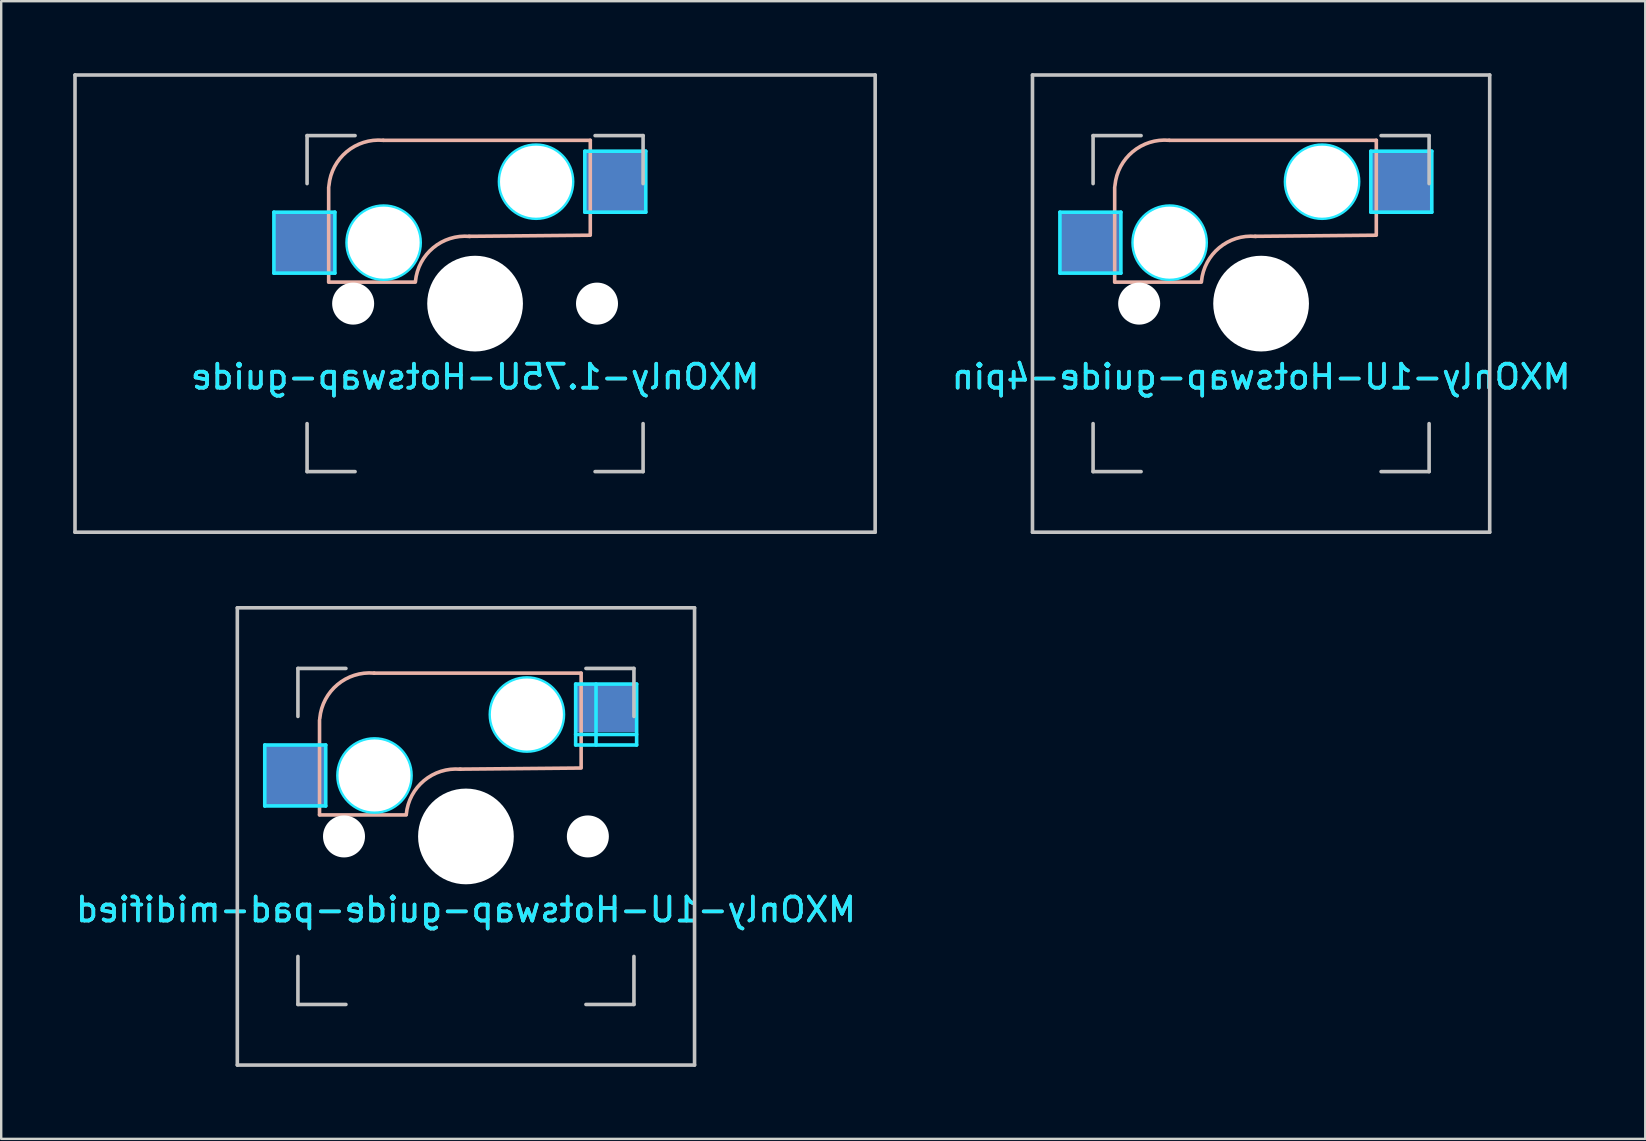
<source format=kicad_pcb>
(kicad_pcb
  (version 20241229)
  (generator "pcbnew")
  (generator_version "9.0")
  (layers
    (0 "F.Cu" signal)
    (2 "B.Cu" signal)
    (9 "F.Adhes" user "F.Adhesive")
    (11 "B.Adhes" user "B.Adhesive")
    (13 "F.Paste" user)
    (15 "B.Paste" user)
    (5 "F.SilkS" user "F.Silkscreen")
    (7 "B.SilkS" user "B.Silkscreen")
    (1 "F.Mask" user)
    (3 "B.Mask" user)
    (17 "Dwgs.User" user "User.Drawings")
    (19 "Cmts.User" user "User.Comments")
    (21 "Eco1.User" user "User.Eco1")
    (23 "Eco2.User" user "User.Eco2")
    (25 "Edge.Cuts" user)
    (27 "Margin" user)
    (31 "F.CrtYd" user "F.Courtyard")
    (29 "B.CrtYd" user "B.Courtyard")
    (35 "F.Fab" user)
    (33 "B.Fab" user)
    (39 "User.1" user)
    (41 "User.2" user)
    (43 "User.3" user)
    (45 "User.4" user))
  (footprint "MXOnly-1U-Hotswap-guide-4pin"
    (layer "F.Cu")
    (at 49.493 9.6)
    (property "Reference" "MXOnly-1U-Hotswap-guide-4pin" (at 0 3.048 0) (layer "B.CrtYd") (effects (font (size 1 1) (thickness 0.15)) (justify mirror)))
    (attr smd)
    (fp_line (start -6.1 -4.85) (end -6.1 -0.905) (stroke (width 0.15) (type solid)) (layer "B.SilkS"))
    (fp_line (start -6.1 -0.896) (end -2.49 -0.896) (stroke (width 0.15) (type solid)) (layer "B.SilkS"))
    (fp_line (start 4.8 -6.804) (end -3.825 -6.804) (stroke (width 0.15) (type solid)) (layer "B.SilkS"))
    (fp_line (start 4.8 -2.896) (end 4.8 -6.804) (stroke (width 0.15) (type solid)) (layer "B.SilkS"))
    (fp_line (start 4.8 -2.85) (end -0.25 -2.804) (stroke (width 0.15) (type solid)) (layer "B.SilkS"))
    (fp_arc (start -6.089 -4.92) (mid -5.347189 -6.33089) (end -3.825 -6.804) (stroke (width 0.15) (type solid)) (layer "B.SilkS"))
    (fp_arc (start -2.485 -0.92) (mid -1.744361 -2.328061) (end -0.225 -2.8) (stroke (width 0.15) (type solid)) (layer "B.SilkS"))
    (fp_line (start -9.525 -9.525) (end 9.525 -9.525) (stroke (width 0.15) (type solid)) (layer "Dwgs.User"))
    (fp_line (start -9.525 9.525) (end -9.525 -9.525) (stroke (width 0.15) (type solid)) (layer "Dwgs.User"))
    (fp_line (start -7 -7) (end -7 -5) (stroke (width 0.15) (type solid)) (layer "Dwgs.User"))
    (fp_line (start -7 5) (end -7 7) (stroke (width 0.15) (type solid)) (layer "Dwgs.User"))
    (fp_line (start -7 7) (end -5 7) (stroke (width 0.15) (type solid)) (layer "Dwgs.User"))
    (fp_line (start -5 -7) (end -7 -7) (stroke (width 0.15) (type solid)) (layer "Dwgs.User"))
    (fp_line (start 5 -7) (end 7 -7) (stroke (width 0.15) (type solid)) (layer "Dwgs.User"))
    (fp_line (start 5 7) (end 7 7) (stroke (width 0.15) (type solid)) (layer "Dwgs.User"))
    (fp_line (start 7 -7) (end 7 -5) (stroke (width 0.15) (type solid)) (layer "Dwgs.User"))
    (fp_line (start 7 7) (end 7 5) (stroke (width 0.15) (type solid)) (layer "Dwgs.User"))
    (fp_line (start 9.525 -9.525) (end 9.525 9.525) (stroke (width 0.15) (type solid)) (layer "Dwgs.User"))
    (fp_line (start 9.525 9.525) (end -9.525 9.525) (stroke (width 0.15) (type solid)) (layer "Dwgs.User"))
    (fp_line (start -8.382 -3.81) (end -8.382 -1.27) (stroke (width 0.15) (type solid)) (layer "B.CrtYd"))
    (fp_line (start -8.382 -1.27) (end -5.842 -1.27) (stroke (width 0.15) (type solid)) (layer "B.CrtYd"))
    (fp_line (start -5.842 -3.81) (end -8.382 -3.81) (stroke (width 0.15) (type solid)) (layer "B.CrtYd"))
    (fp_line (start -5.842 -1.27) (end -5.842 -3.81) (stroke (width 0.15) (type solid)) (layer "B.CrtYd"))
    (fp_line (start 4.572 -6.35) (end 7.112 -6.35) (stroke (width 0.15) (type solid)) (layer "B.CrtYd"))
    (fp_line (start 4.572 -3.81) (end 4.572 -6.35) (stroke (width 0.15) (type solid)) (layer "B.CrtYd"))
    (fp_line (start 7.112 -6.35) (end 7.112 -3.81) (stroke (width 0.15) (type solid)) (layer "B.CrtYd"))
    (fp_line (start 7.112 -3.81) (end 4.572 -3.81) (stroke (width 0.15) (type solid)) (layer "B.CrtYd"))
    (fp_circle (center -3.81 -2.54) (end -3.81 -4.064) (stroke (width 0.15) (type solid)) (fill no) (layer "B.CrtYd"))
    (fp_circle (center 2.54 -5.08) (end 2.54 -6.604) (stroke (width 0.15) (type solid)) (fill no) (layer "B.CrtYd"))
    (fp_text user "${REFERENCE}" (at 0 3.048 0) (layer "B.SilkS") (effects (font (size 1 1) (thickness 0.15)) (justify mirror)))
    (pad "" np_thru_hole circle (at -5.08 0 48.1) (size 1.75 1.75) (drill 1.75) (layers "*.Cu" "*.Mask"))
    (pad "" np_thru_hole circle (at -3.81 -2.54) (size 3 3) (drill 3) (layers "*.Cu" "*.Mask"))
    (pad "" np_thru_hole circle (at 0 0) (size 3.988 3.988) (drill 3.988) (layers "*.Cu" "*.Mask"))
    (pad "" np_thru_hole circle (at 2.54 -5.08) (size 3 3) (drill 3) (layers "*.Cu" "*.Mask"))
    (pad "1" smd rect (at -7.085 -2.54) (size 2.55 2.5) (layers "B.Cu" "B.Mask" "B.Paste"))
    (pad "2" smd rect (at 5.842 -5.08) (size 2.55 2.5) (layers "B.Cu" "B.Mask" "B.Paste")))
  (footprint "MXOnly-1U-Hotswap-guide-pad-midified"
    (layer "F.Cu")
    (at 16.363 31.8)
    (property "Reference" "MXOnly-1U-Hotswap-guide-pad-midified" (at 0 3.048 0) (layer "B.CrtYd") (effects (font (size 1 1) (thickness 0.15)) (justify mirror)))
    (attr smd)
    (fp_line (start -6.1 -4.85) (end -6.1 -0.905) (stroke (width 0.15) (type solid)) (layer "B.SilkS"))
    (fp_line (start -6.1 -0.896) (end -2.49 -0.896) (stroke (width 0.15) (type solid)) (layer "B.SilkS"))
    (fp_line (start 4.8 -6.804) (end -3.825 -6.804) (stroke (width 0.15) (type solid)) (layer "B.SilkS"))
    (fp_line (start 4.8 -2.896) (end 4.8 -6.804) (stroke (width 0.15) (type solid)) (layer "B.SilkS"))
    (fp_line (start 4.8 -2.85) (end -0.25 -2.804) (stroke (width 0.15) (type solid)) (layer "B.SilkS"))
    (fp_arc (start -6.089 -4.92) (mid -5.347189 -6.33089) (end -3.825 -6.804) (stroke (width 0.15) (type solid)) (layer "B.SilkS"))
    (fp_arc (start -2.485 -0.92) (mid -1.744361 -2.328061) (end -0.225 -2.8) (stroke (width 0.15) (type solid)) (layer "B.SilkS"))
    (fp_line (start -9.525 -9.525) (end 9.525 -9.525) (stroke (width 0.15) (type solid)) (layer "Dwgs.User"))
    (fp_line (start -9.525 9.525) (end -9.525 -9.525) (stroke (width 0.15) (type solid)) (layer "Dwgs.User"))
    (fp_line (start -7 -7) (end -7 -5) (stroke (width 0.15) (type solid)) (layer "Dwgs.User"))
    (fp_line (start -7 5) (end -7 7) (stroke (width 0.15) (type solid)) (layer "Dwgs.User"))
    (fp_line (start -7 7) (end -5 7) (stroke (width 0.15) (type solid)) (layer "Dwgs.User"))
    (fp_line (start -5 -7) (end -7 -7) (stroke (width 0.15) (type solid)) (layer "Dwgs.User"))
    (fp_line (start 5 -7) (end 7 -7) (stroke (width 0.15) (type solid)) (layer "Dwgs.User"))
    (fp_line (start 5 7) (end 7 7) (stroke (width 0.15) (type solid)) (layer "Dwgs.User"))
    (fp_line (start 7 -7) (end 7 -5) (stroke (width 0.15) (type solid)) (layer "Dwgs.User"))
    (fp_line (start 7 7) (end 7 5) (stroke (width 0.15) (type solid)) (layer "Dwgs.User"))
    (fp_line (start 9.525 -9.525) (end 9.525 9.525) (stroke (width 0.15) (type solid)) (layer "Dwgs.User"))
    (fp_line (start 9.525 9.525) (end -9.525 9.525) (stroke (width 0.15) (type solid)) (layer "Dwgs.User"))
    (fp_line (start -8.382 -3.81) (end -8.382 -1.27) (stroke (width 0.15) (type solid)) (layer "B.CrtYd"))
    (fp_line (start -8.382 -1.27) (end -5.842 -1.27) (stroke (width 0.15) (type solid)) (layer "B.CrtYd"))
    (fp_line (start -5.842 -3.81) (end -8.382 -3.81) (stroke (width 0.15) (type solid)) (layer "B.CrtYd"))
    (fp_line (start -5.842 -1.27) (end -5.842 -3.81) (stroke (width 0.15) (type solid)) (layer "B.CrtYd"))
    (fp_line (start 4.572 -6.35) (end 7.112 -6.35) (stroke (width 0.15) (type solid)) (layer "B.CrtYd"))
    (fp_line (start 4.572 -3.81) (end 4.572 -6.35) (stroke (width 0.15) (type solid)) (layer "B.CrtYd"))
    (fp_line (start 5.42 -3.81) (end 5.42 -6.35) (stroke (width 0.15) (type solid)) (layer "B.CrtYd"))
    (fp_line (start 7.11 -4.25) (end 4.57 -4.25) (stroke (width 0.15) (type solid)) (layer "B.CrtYd"))
    (fp_line (start 7.112 -6.35) (end 7.112 -3.81) (stroke (width 0.15) (type solid)) (layer "B.CrtYd"))
    (fp_line (start 7.112 -3.81) (end 4.572 -3.81) (stroke (width 0.15) (type solid)) (layer "B.CrtYd"))
    (fp_circle (center -3.81 -2.54) (end -3.81 -4.064) (stroke (width 0.15) (type solid)) (fill no) (layer "B.CrtYd"))
    (fp_circle (center 2.54 -5.08) (end 2.54 -6.604) (stroke (width 0.15) (type solid)) (fill no) (layer "B.CrtYd"))
    (fp_text user "${REFERENCE}" (at 0 3.048 0) (layer "B.SilkS") (effects (font (size 1 1) (thickness 0.15)) (justify mirror)))
    (pad "" np_thru_hole circle (at -5.08 0 48.1) (size 1.75 1.75) (drill 1.75) (layers "*.Cu" "*.Mask"))
    (pad "" np_thru_hole circle (at -3.81 -2.54) (size 3 3) (drill 3) (layers "*.Cu" "*.Mask"))
    (pad "" np_thru_hole circle (at 0 0) (size 3.988 3.988) (drill 3.988) (layers "*.Cu" "*.Mask"))
    (pad "" np_thru_hole circle (at 2.54 -5.08) (size 3 3) (drill 3) (layers "*.Cu" "*.Mask"))
    (pad "" np_thru_hole circle (at 5.08 0 48.1) (size 1.75 1.75) (drill 1.75) (layers "*.Cu" "*.Mask"))
    (pad "1" smd rect (at -7.085 -2.54) (size 2.55 2.5) (layers "B.Cu" "B.Mask" "B.Paste"))
    (pad "2" smd rect (at 5.842 -5.08) (size 2.55 2) (drill (offset 0 -0.27)) (layers "B.Cu" "B.Mask" "B.Paste")))
  (footprint "MXOnly-1.75U-Hotswap-guide"
    (layer "F.Cu")
    (at 16.744 9.6)
    (property "Reference" "MXOnly-1.75U-Hotswap-guide" (at 0 3.048 0) (layer "B.CrtYd") (effects (font (size 1 1) (thickness 0.15)) (justify mirror)))
    (attr smd)
    (fp_line (start -6.1 -4.85) (end -6.1 -0.905) (stroke (width 0.15) (type solid)) (layer "B.SilkS"))
    (fp_line (start -6.1 -0.896) (end -2.49 -0.896) (stroke (width 0.15) (type solid)) (layer "B.SilkS"))
    (fp_line (start 4.8 -6.804) (end -3.825 -6.804) (stroke (width 0.15) (type solid)) (layer "B.SilkS"))
    (fp_line (start 4.8 -2.896) (end 4.8 -6.804) (stroke (width 0.15) (type solid)) (layer "B.SilkS"))
    (fp_line (start 4.8 -2.85) (end -0.25 -2.804) (stroke (width 0.15) (type solid)) (layer "B.SilkS"))
    (fp_arc (start -6.089 -4.92) (mid -5.347189 -6.33089) (end -3.825 -6.804) (stroke (width 0.15) (type solid)) (layer "B.SilkS"))
    (fp_arc (start -2.485 -0.92) (mid -1.744361 -2.328061) (end -0.225 -2.8) (stroke (width 0.15) (type solid)) (layer "B.SilkS"))
    (fp_line (start -16.669 -9.525) (end 16.669 -9.525) (stroke (width 0.15) (type solid)) (layer "Dwgs.User"))
    (fp_line (start -16.669 9.525) (end -16.669 -9.525) (stroke (width 0.15) (type solid)) (layer "Dwgs.User"))
    (fp_line (start -7 -7) (end -7 -5) (stroke (width 0.15) (type solid)) (layer "Dwgs.User"))
    (fp_line (start -7 5) (end -7 7) (stroke (width 0.15) (type solid)) (layer "Dwgs.User"))
    (fp_line (start -7 7) (end -5 7) (stroke (width 0.15) (type solid)) (layer "Dwgs.User"))
    (fp_line (start -5 -7) (end -7 -7) (stroke (width 0.15) (type solid)) (layer "Dwgs.User"))
    (fp_line (start 5 -7) (end 7 -7) (stroke (width 0.15) (type solid)) (layer "Dwgs.User"))
    (fp_line (start 5 7) (end 7 7) (stroke (width 0.15) (type solid)) (layer "Dwgs.User"))
    (fp_line (start 7 -7) (end 7 -5) (stroke (width 0.15) (type solid)) (layer "Dwgs.User"))
    (fp_line (start 7 7) (end 7 5) (stroke (width 0.15) (type solid)) (layer "Dwgs.User"))
    (fp_line (start 16.669 -9.525) (end 16.669 9.525) (stroke (width 0.15) (type solid)) (layer "Dwgs.User"))
    (fp_line (start 16.669 9.525) (end -16.669 9.525) (stroke (width 0.15) (type solid)) (layer "Dwgs.User"))
    (fp_line (start -8.382 -3.81) (end -5.842 -3.81) (stroke (width 0.15) (type solid)) (layer "B.CrtYd"))
    (fp_line (start -8.382 -1.27) (end -8.382 -3.81) (stroke (width 0.15) (type solid)) (layer "B.CrtYd"))
    (fp_line (start -5.842 -3.81) (end -5.842 -1.27) (stroke (width 0.15) (type solid)) (layer "B.CrtYd"))
    (fp_line (start -5.842 -1.27) (end -8.382 -1.27) (stroke (width 0.15) (type solid)) (layer "B.CrtYd"))
    (fp_line (start 4.572 -6.35) (end 7.112 -6.35) (stroke (width 0.15) (type solid)) (layer "B.CrtYd"))
    (fp_line (start 4.572 -3.81) (end 4.572 -6.35) (stroke (width 0.15) (type solid)) (layer "B.CrtYd"))
    (fp_line (start 7.112 -6.35) (end 7.112 -3.81) (stroke (width 0.15) (type solid)) (layer "B.CrtYd"))
    (fp_line (start 7.112 -3.81) (end 4.572 -3.81) (stroke (width 0.15) (type solid)) (layer "B.CrtYd"))
    (fp_circle (center -3.81 -2.54) (end -3.81 -4.064) (stroke (width 0.15) (type solid)) (fill no) (layer "B.CrtYd"))
    (fp_circle (center 2.54 -5.08) (end 2.54 -6.604) (stroke (width 0.15) (type solid)) (fill no) (layer "B.CrtYd"))
    (fp_text user "${REFERENCE}" (at 0 3.048 0) (layer "B.SilkS") (effects (font (size 1 1) (thickness 0.15)) (justify mirror)))
    (pad "" np_thru_hole circle (at -5.08 0 48.1) (size 1.75 1.75) (drill 1.75) (layers "*.Cu" "*.Mask"))
    (pad "" np_thru_hole circle (at -3.81 -2.54) (size 3 3) (drill 3) (layers "*.Cu" "*.Mask"))
    (pad "" np_thru_hole circle (at 0 0) (size 3.988 3.988) (drill 3.988) (layers "*.Cu" "*.Mask"))
    (pad "" np_thru_hole circle (at 2.54 -5.08) (size 3 3) (drill 3) (layers "*.Cu" "*.Mask"))
    (pad "" np_thru_hole circle (at 5.08 0 48.1) (size 1.75 1.75) (drill 1.75) (layers "*.Cu" "*.Mask"))
    (pad "1" smd rect (at -7.085 -2.54) (size 2.55 2.5) (layers "B.Cu" "B.Mask" "B.Paste"))
    (pad "2" smd rect (at 5.842 -5.08) (size 2.55 2.5) (layers "B.Cu" "B.Mask" "B.Paste")))
  (gr_rect
    (start -3 -3)
    (end 65.499 44.4)
    (stroke (width 0.1) (type default))
    (fill no)
    (layer "Edge.Cuts")))
</source>
